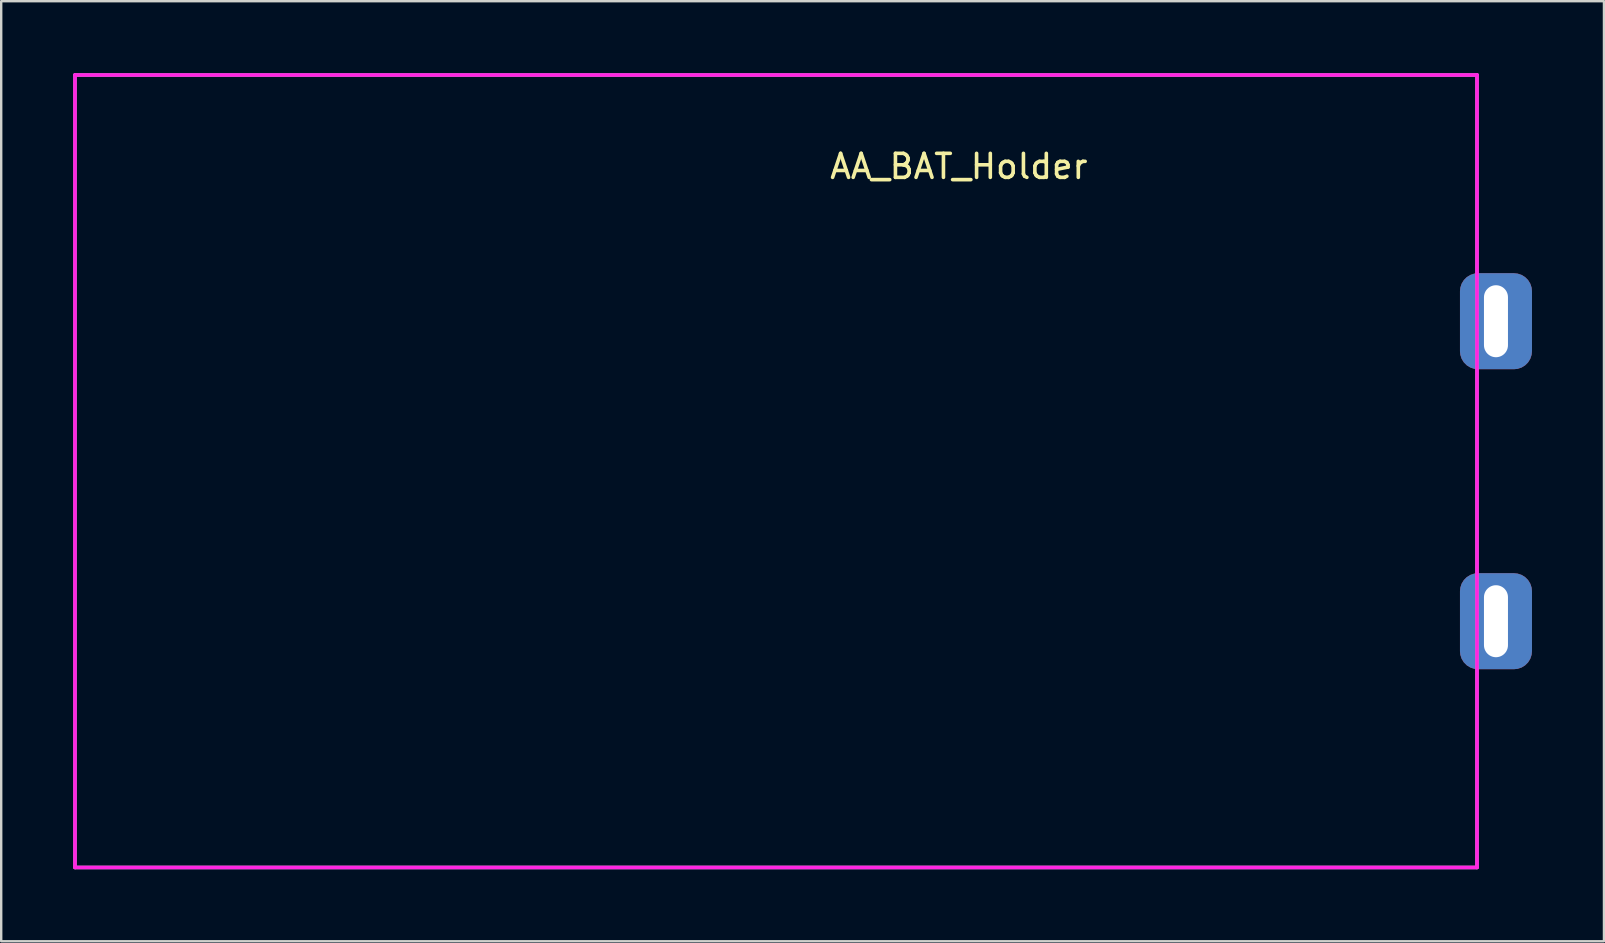
<source format=kicad_pcb>
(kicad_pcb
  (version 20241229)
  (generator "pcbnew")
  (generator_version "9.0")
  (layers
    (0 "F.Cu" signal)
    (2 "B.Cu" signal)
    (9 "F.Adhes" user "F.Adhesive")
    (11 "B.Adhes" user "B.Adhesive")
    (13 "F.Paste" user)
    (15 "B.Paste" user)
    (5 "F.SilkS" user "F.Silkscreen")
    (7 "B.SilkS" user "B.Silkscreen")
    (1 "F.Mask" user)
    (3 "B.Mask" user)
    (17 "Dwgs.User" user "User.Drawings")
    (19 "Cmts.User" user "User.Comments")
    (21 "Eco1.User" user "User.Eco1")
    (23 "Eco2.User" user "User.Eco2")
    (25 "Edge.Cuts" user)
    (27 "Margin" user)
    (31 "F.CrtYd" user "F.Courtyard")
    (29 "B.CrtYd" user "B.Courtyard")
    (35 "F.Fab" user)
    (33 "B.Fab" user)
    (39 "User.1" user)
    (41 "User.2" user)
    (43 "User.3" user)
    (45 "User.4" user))
  (footprint "AA_BAT_Holder"
    (layer "F.Cu")
    (at 29.285 16.585)
    (property "Reference" "AA_BAT_Holder" (at 7.62 -12.7 0) (layer "F.SilkS") (effects (font (size 1 1) (thickness 0.15))))
    (attr through_hole)
    (fp_line (start -29.21 -16.51) (end -29.21 16.51) (stroke (width 0.15) (type solid)) (layer "F.CrtYd"))
    (fp_line (start -29.21 16.51) (end 29.21 16.51) (stroke (width 0.15) (type solid)) (layer "F.CrtYd"))
    (fp_line (start 29.21 -16.51) (end -29.21 -16.51) (stroke (width 0.15) (type solid)) (layer "F.CrtYd"))
    (fp_line (start 29.21 16.51) (end 29.21 -16.51) (stroke (width 0.15) (type solid)) (layer "F.CrtYd"))
    (fp_line (start -29.21 -16.51) (end -29.21 16.51) (stroke (width 0.15) (type solid)) (layer "F.Fab"))
    (fp_line (start -29.21 16.51) (end 29.21 16.51) (stroke (width 0.15) (type solid)) (layer "F.Fab"))
    (fp_line (start 29.21 -16.51) (end -29.21 -16.51) (stroke (width 0.15) (type solid)) (layer "F.Fab"))
    (fp_line (start 29.21 16.51) (end 29.21 -16.51) (stroke (width 0.15) (type solid)) (layer "F.Fab"))
    (pad "1" thru_hole roundrect (at 30 -6.25) (size 3 4) (drill oval 1 3) (layers "*.Cu" "*.Mask") (roundrect_rratio 0.25))
    (pad "2" thru_hole roundrect (at 30 6.25) (size 3 4) (drill oval 1 3) (layers "*.Cu" "*.Mask") (roundrect_rratio 0.25)))
  (gr_rect
    (start -3 -3)
    (end 63.785 36.17)
    (stroke (width 0.1) (type default))
    (fill no)
    (layer "Edge.Cuts")))
</source>
